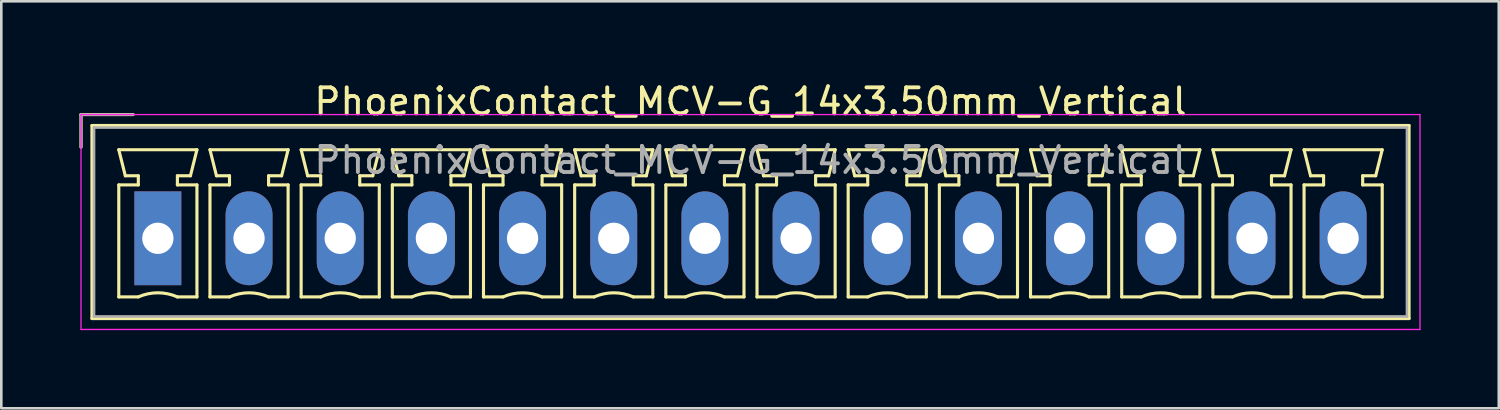
<source format=kicad_pcb>
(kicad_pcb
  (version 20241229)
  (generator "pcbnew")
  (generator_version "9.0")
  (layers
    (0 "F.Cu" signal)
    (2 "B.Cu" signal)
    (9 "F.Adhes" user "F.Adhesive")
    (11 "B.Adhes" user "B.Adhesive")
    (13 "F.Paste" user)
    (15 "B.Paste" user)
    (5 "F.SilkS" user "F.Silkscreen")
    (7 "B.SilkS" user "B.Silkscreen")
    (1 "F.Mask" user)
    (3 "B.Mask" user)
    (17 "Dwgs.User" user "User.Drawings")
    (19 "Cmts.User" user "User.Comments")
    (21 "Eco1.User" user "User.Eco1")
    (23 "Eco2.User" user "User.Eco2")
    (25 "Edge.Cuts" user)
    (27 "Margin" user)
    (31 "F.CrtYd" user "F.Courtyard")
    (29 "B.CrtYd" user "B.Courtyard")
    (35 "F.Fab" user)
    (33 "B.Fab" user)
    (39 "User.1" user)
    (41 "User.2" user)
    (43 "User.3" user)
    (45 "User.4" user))
  (footprint "PhoenixContact_MCV-G_14x3.50mm_Vertical"
    (layer "F.Cu")
    (at 3.01 6.098)
    (property "Reference" "PhoenixContact_MCV-G_14x3.50mm_Vertical" (at 22.75 -5.25 0) (layer "F.SilkS") (effects (font (size 1 1) (thickness 0.15))))
    (attr through_hole)
    (fp_line (start -2.95 -4.75) (end -0.95 -4.75) (stroke (width 0.12) (type solid)) (layer "F.SilkS"))
    (fp_line (start -2.95 -3.5) (end -2.95 -4.75) (stroke (width 0.12) (type solid)) (layer "F.SilkS"))
    (fp_line (start -2.53 -4.33) (end -2.53 3.08) (stroke (width 0.12) (type solid)) (layer "F.SilkS"))
    (fp_line (start -2.53 3.08) (end 48.03 3.08) (stroke (width 0.12) (type solid)) (layer "F.SilkS"))
    (fp_line (start -1.5 -3.4) (end 1.5 -3.4) (stroke (width 0.12) (type solid)) (layer "F.SilkS"))
    (fp_line (start -1.5 -2.05) (end -0.75 -2.05) (stroke (width 0.12) (type solid)) (layer "F.SilkS"))
    (fp_line (start -1.5 2.25) (end -1.5 -2.05) (stroke (width 0.12) (type solid)) (layer "F.SilkS"))
    (fp_line (start -1.25 -2.4) (end -1.5 -3.4) (stroke (width 0.12) (type solid)) (layer "F.SilkS"))
    (fp_line (start -0.75 -2.4) (end -1.25 -2.4) (stroke (width 0.12) (type solid)) (layer "F.SilkS"))
    (fp_line (start -0.75 -2.05) (end -0.75 -2.4) (stroke (width 0.12) (type solid)) (layer "F.SilkS"))
    (fp_line (start -0.75 2.25) (end -1.5 2.25) (stroke (width 0.12) (type solid)) (layer "F.SilkS"))
    (fp_line (start 0.75 -2.4) (end 0.75 -2.05) (stroke (width 0.12) (type solid)) (layer "F.SilkS"))
    (fp_line (start 0.75 -2.05) (end 1.5 -2.05) (stroke (width 0.12) (type solid)) (layer "F.SilkS"))
    (fp_line (start 1.25 -2.4) (end 0.75 -2.4) (stroke (width 0.12) (type solid)) (layer "F.SilkS"))
    (fp_line (start 1.5 -3.4) (end 1.25 -2.4) (stroke (width 0.12) (type solid)) (layer "F.SilkS"))
    (fp_line (start 1.5 -2.05) (end 1.5 2.25) (stroke (width 0.12) (type solid)) (layer "F.SilkS"))
    (fp_line (start 1.5 2.25) (end 0.75 2.25) (stroke (width 0.12) (type solid)) (layer "F.SilkS"))
    (fp_line (start 2 -3.4) (end 5 -3.4) (stroke (width 0.12) (type solid)) (layer "F.SilkS"))
    (fp_line (start 2 -2.05) (end 2.75 -2.05) (stroke (width 0.12) (type solid)) (layer "F.SilkS"))
    (fp_line (start 2 2.25) (end 2 -2.05) (stroke (width 0.12) (type solid)) (layer "F.SilkS"))
    (fp_line (start 2.25 -2.4) (end 2 -3.4) (stroke (width 0.12) (type solid)) (layer "F.SilkS"))
    (fp_line (start 2.75 -2.4) (end 2.25 -2.4) (stroke (width 0.12) (type solid)) (layer "F.SilkS"))
    (fp_line (start 2.75 -2.05) (end 2.75 -2.4) (stroke (width 0.12) (type solid)) (layer "F.SilkS"))
    (fp_line (start 2.75 2.25) (end 2 2.25) (stroke (width 0.12) (type solid)) (layer "F.SilkS"))
    (fp_line (start 4.25 -2.4) (end 4.25 -2.05) (stroke (width 0.12) (type solid)) (layer "F.SilkS"))
    (fp_line (start 4.25 -2.05) (end 5 -2.05) (stroke (width 0.12) (type solid)) (layer "F.SilkS"))
    (fp_line (start 4.75 -2.4) (end 4.25 -2.4) (stroke (width 0.12) (type solid)) (layer "F.SilkS"))
    (fp_line (start 5 -3.4) (end 4.75 -2.4) (stroke (width 0.12) (type solid)) (layer "F.SilkS"))
    (fp_line (start 5 -2.05) (end 5 2.25) (stroke (width 0.12) (type solid)) (layer "F.SilkS"))
    (fp_line (start 5 2.25) (end 4.25 2.25) (stroke (width 0.12) (type solid)) (layer "F.SilkS"))
    (fp_line (start 5.5 -3.4) (end 8.5 -3.4) (stroke (width 0.12) (type solid)) (layer "F.SilkS"))
    (fp_line (start 5.5 -2.05) (end 6.25 -2.05) (stroke (width 0.12) (type solid)) (layer "F.SilkS"))
    (fp_line (start 5.5 2.25) (end 5.5 -2.05) (stroke (width 0.12) (type solid)) (layer "F.SilkS"))
    (fp_line (start 5.75 -2.4) (end 5.5 -3.4) (stroke (width 0.12) (type solid)) (layer "F.SilkS"))
    (fp_line (start 6.25 -2.4) (end 5.75 -2.4) (stroke (width 0.12) (type solid)) (layer "F.SilkS"))
    (fp_line (start 6.25 -2.05) (end 6.25 -2.4) (stroke (width 0.12) (type solid)) (layer "F.SilkS"))
    (fp_line (start 6.25 2.25) (end 5.5 2.25) (stroke (width 0.12) (type solid)) (layer "F.SilkS"))
    (fp_line (start 7.75 -2.4) (end 7.75 -2.05) (stroke (width 0.12) (type solid)) (layer "F.SilkS"))
    (fp_line (start 7.75 -2.05) (end 8.5 -2.05) (stroke (width 0.12) (type solid)) (layer "F.SilkS"))
    (fp_line (start 8.25 -2.4) (end 7.75 -2.4) (stroke (width 0.12) (type solid)) (layer "F.SilkS"))
    (fp_line (start 8.5 -3.4) (end 8.25 -2.4) (stroke (width 0.12) (type solid)) (layer "F.SilkS"))
    (fp_line (start 8.5 -2.05) (end 8.5 2.25) (stroke (width 0.12) (type solid)) (layer "F.SilkS"))
    (fp_line (start 8.5 2.25) (end 7.75 2.25) (stroke (width 0.12) (type solid)) (layer "F.SilkS"))
    (fp_line (start 9 -3.4) (end 12 -3.4) (stroke (width 0.12) (type solid)) (layer "F.SilkS"))
    (fp_line (start 9 -2.05) (end 9.75 -2.05) (stroke (width 0.12) (type solid)) (layer "F.SilkS"))
    (fp_line (start 9 2.25) (end 9 -2.05) (stroke (width 0.12) (type solid)) (layer "F.SilkS"))
    (fp_line (start 9.25 -2.4) (end 9 -3.4) (stroke (width 0.12) (type solid)) (layer "F.SilkS"))
    (fp_line (start 9.75 -2.4) (end 9.25 -2.4) (stroke (width 0.12) (type solid)) (layer "F.SilkS"))
    (fp_line (start 9.75 -2.05) (end 9.75 -2.4) (stroke (width 0.12) (type solid)) (layer "F.SilkS"))
    (fp_line (start 9.75 2.25) (end 9 2.25) (stroke (width 0.12) (type solid)) (layer "F.SilkS"))
    (fp_line (start 11.25 -2.4) (end 11.25 -2.05) (stroke (width 0.12) (type solid)) (layer "F.SilkS"))
    (fp_line (start 11.25 -2.05) (end 12 -2.05) (stroke (width 0.12) (type solid)) (layer "F.SilkS"))
    (fp_line (start 11.75 -2.4) (end 11.25 -2.4) (stroke (width 0.12) (type solid)) (layer "F.SilkS"))
    (fp_line (start 12 -3.4) (end 11.75 -2.4) (stroke (width 0.12) (type solid)) (layer "F.SilkS"))
    (fp_line (start 12 -2.05) (end 12 2.25) (stroke (width 0.12) (type solid)) (layer "F.SilkS"))
    (fp_line (start 12 2.25) (end 11.25 2.25) (stroke (width 0.12) (type solid)) (layer "F.SilkS"))
    (fp_line (start 12.5 -3.4) (end 15.5 -3.4) (stroke (width 0.12) (type solid)) (layer "F.SilkS"))
    (fp_line (start 12.5 -2.05) (end 13.25 -2.05) (stroke (width 0.12) (type solid)) (layer "F.SilkS"))
    (fp_line (start 12.5 2.25) (end 12.5 -2.05) (stroke (width 0.12) (type solid)) (layer "F.SilkS"))
    (fp_line (start 12.75 -2.4) (end 12.5 -3.4) (stroke (width 0.12) (type solid)) (layer "F.SilkS"))
    (fp_line (start 13.25 -2.4) (end 12.75 -2.4) (stroke (width 0.12) (type solid)) (layer "F.SilkS"))
    (fp_line (start 13.25 -2.05) (end 13.25 -2.4) (stroke (width 0.12) (type solid)) (layer "F.SilkS"))
    (fp_line (start 13.25 2.25) (end 12.5 2.25) (stroke (width 0.12) (type solid)) (layer "F.SilkS"))
    (fp_line (start 14.75 -2.4) (end 14.75 -2.05) (stroke (width 0.12) (type solid)) (layer "F.SilkS"))
    (fp_line (start 14.75 -2.05) (end 15.5 -2.05) (stroke (width 0.12) (type solid)) (layer "F.SilkS"))
    (fp_line (start 15.25 -2.4) (end 14.75 -2.4) (stroke (width 0.12) (type solid)) (layer "F.SilkS"))
    (fp_line (start 15.5 -3.4) (end 15.25 -2.4) (stroke (width 0.12) (type solid)) (layer "F.SilkS"))
    (fp_line (start 15.5 -2.05) (end 15.5 2.25) (stroke (width 0.12) (type solid)) (layer "F.SilkS"))
    (fp_line (start 15.5 2.25) (end 14.75 2.25) (stroke (width 0.12) (type solid)) (layer "F.SilkS"))
    (fp_line (start 16 -3.4) (end 19 -3.4) (stroke (width 0.12) (type solid)) (layer "F.SilkS"))
    (fp_line (start 16 -2.05) (end 16.75 -2.05) (stroke (width 0.12) (type solid)) (layer "F.SilkS"))
    (fp_line (start 16 2.25) (end 16 -2.05) (stroke (width 0.12) (type solid)) (layer "F.SilkS"))
    (fp_line (start 16.25 -2.4) (end 16 -3.4) (stroke (width 0.12) (type solid)) (layer "F.SilkS"))
    (fp_line (start 16.75 -2.4) (end 16.25 -2.4) (stroke (width 0.12) (type solid)) (layer "F.SilkS"))
    (fp_line (start 16.75 -2.05) (end 16.75 -2.4) (stroke (width 0.12) (type solid)) (layer "F.SilkS"))
    (fp_line (start 16.75 2.25) (end 16 2.25) (stroke (width 0.12) (type solid)) (layer "F.SilkS"))
    (fp_line (start 18.25 -2.4) (end 18.25 -2.05) (stroke (width 0.12) (type solid)) (layer "F.SilkS"))
    (fp_line (start 18.25 -2.05) (end 19 -2.05) (stroke (width 0.12) (type solid)) (layer "F.SilkS"))
    (fp_line (start 18.75 -2.4) (end 18.25 -2.4) (stroke (width 0.12) (type solid)) (layer "F.SilkS"))
    (fp_line (start 19 -3.4) (end 18.75 -2.4) (stroke (width 0.12) (type solid)) (layer "F.SilkS"))
    (fp_line (start 19 -2.05) (end 19 2.25) (stroke (width 0.12) (type solid)) (layer "F.SilkS"))
    (fp_line (start 19 2.25) (end 18.25 2.25) (stroke (width 0.12) (type solid)) (layer "F.SilkS"))
    (fp_line (start 19.5 -3.4) (end 22.5 -3.4) (stroke (width 0.12) (type solid)) (layer "F.SilkS"))
    (fp_line (start 19.5 -2.05) (end 20.25 -2.05) (stroke (width 0.12) (type solid)) (layer "F.SilkS"))
    (fp_line (start 19.5 2.25) (end 19.5 -2.05) (stroke (width 0.12) (type solid)) (layer "F.SilkS"))
    (fp_line (start 19.75 -2.4) (end 19.5 -3.4) (stroke (width 0.12) (type solid)) (layer "F.SilkS"))
    (fp_line (start 20.25 -2.4) (end 19.75 -2.4) (stroke (width 0.12) (type solid)) (layer "F.SilkS"))
    (fp_line (start 20.25 -2.05) (end 20.25 -2.4) (stroke (width 0.12) (type solid)) (layer "F.SilkS"))
    (fp_line (start 20.25 2.25) (end 19.5 2.25) (stroke (width 0.12) (type solid)) (layer "F.SilkS"))
    (fp_line (start 21.75 -2.4) (end 21.75 -2.05) (stroke (width 0.12) (type solid)) (layer "F.SilkS"))
    (fp_line (start 21.75 -2.05) (end 22.5 -2.05) (stroke (width 0.12) (type solid)) (layer "F.SilkS"))
    (fp_line (start 22.25 -2.4) (end 21.75 -2.4) (stroke (width 0.12) (type solid)) (layer "F.SilkS"))
    (fp_line (start 22.5 -3.4) (end 22.25 -2.4) (stroke (width 0.12) (type solid)) (layer "F.SilkS"))
    (fp_line (start 22.5 -2.05) (end 22.5 2.25) (stroke (width 0.12) (type solid)) (layer "F.SilkS"))
    (fp_line (start 22.5 2.25) (end 21.75 2.25) (stroke (width 0.12) (type solid)) (layer "F.SilkS"))
    (fp_line (start 23 -3.4) (end 26 -3.4) (stroke (width 0.12) (type solid)) (layer "F.SilkS"))
    (fp_line (start 23 -2.05) (end 23.75 -2.05) (stroke (width 0.12) (type solid)) (layer "F.SilkS"))
    (fp_line (start 23 2.25) (end 23 -2.05) (stroke (width 0.12) (type solid)) (layer "F.SilkS"))
    (fp_line (start 23.25 -2.4) (end 23 -3.4) (stroke (width 0.12) (type solid)) (layer "F.SilkS"))
    (fp_line (start 23.75 -2.4) (end 23.25 -2.4) (stroke (width 0.12) (type solid)) (layer "F.SilkS"))
    (fp_line (start 23.75 -2.05) (end 23.75 -2.4) (stroke (width 0.12) (type solid)) (layer "F.SilkS"))
    (fp_line (start 23.75 2.25) (end 23 2.25) (stroke (width 0.12) (type solid)) (layer "F.SilkS"))
    (fp_line (start 25.25 -2.4) (end 25.25 -2.05) (stroke (width 0.12) (type solid)) (layer "F.SilkS"))
    (fp_line (start 25.25 -2.05) (end 26 -2.05) (stroke (width 0.12) (type solid)) (layer "F.SilkS"))
    (fp_line (start 25.75 -2.4) (end 25.25 -2.4) (stroke (width 0.12) (type solid)) (layer "F.SilkS"))
    (fp_line (start 26 -3.4) (end 25.75 -2.4) (stroke (width 0.12) (type solid)) (layer "F.SilkS"))
    (fp_line (start 26 -2.05) (end 26 2.25) (stroke (width 0.12) (type solid)) (layer "F.SilkS"))
    (fp_line (start 26 2.25) (end 25.25 2.25) (stroke (width 0.12) (type solid)) (layer "F.SilkS"))
    (fp_line (start 26.5 -3.4) (end 29.5 -3.4) (stroke (width 0.12) (type solid)) (layer "F.SilkS"))
    (fp_line (start 26.5 -2.05) (end 27.25 -2.05) (stroke (width 0.12) (type solid)) (layer "F.SilkS"))
    (fp_line (start 26.5 2.25) (end 26.5 -2.05) (stroke (width 0.12) (type solid)) (layer "F.SilkS"))
    (fp_line (start 26.75 -2.4) (end 26.5 -3.4) (stroke (width 0.12) (type solid)) (layer "F.SilkS"))
    (fp_line (start 27.25 -2.4) (end 26.75 -2.4) (stroke (width 0.12) (type solid)) (layer "F.SilkS"))
    (fp_line (start 27.25 -2.05) (end 27.25 -2.4) (stroke (width 0.12) (type solid)) (layer "F.SilkS"))
    (fp_line (start 27.25 2.25) (end 26.5 2.25) (stroke (width 0.12) (type solid)) (layer "F.SilkS"))
    (fp_line (start 28.75 -2.4) (end 28.75 -2.05) (stroke (width 0.12) (type solid)) (layer "F.SilkS"))
    (fp_line (start 28.75 -2.05) (end 29.5 -2.05) (stroke (width 0.12) (type solid)) (layer "F.SilkS"))
    (fp_line (start 29.25 -2.4) (end 28.75 -2.4) (stroke (width 0.12) (type solid)) (layer "F.SilkS"))
    (fp_line (start 29.5 -3.4) (end 29.25 -2.4) (stroke (width 0.12) (type solid)) (layer "F.SilkS"))
    (fp_line (start 29.5 -2.05) (end 29.5 2.25) (stroke (width 0.12) (type solid)) (layer "F.SilkS"))
    (fp_line (start 29.5 2.25) (end 28.75 2.25) (stroke (width 0.12) (type solid)) (layer "F.SilkS"))
    (fp_line (start 30 -3.4) (end 33 -3.4) (stroke (width 0.12) (type solid)) (layer "F.SilkS"))
    (fp_line (start 30 -2.05) (end 30.75 -2.05) (stroke (width 0.12) (type solid)) (layer "F.SilkS"))
    (fp_line (start 30 2.25) (end 30 -2.05) (stroke (width 0.12) (type solid)) (layer "F.SilkS"))
    (fp_line (start 30.25 -2.4) (end 30 -3.4) (stroke (width 0.12) (type solid)) (layer "F.SilkS"))
    (fp_line (start 30.75 -2.4) (end 30.25 -2.4) (stroke (width 0.12) (type solid)) (layer "F.SilkS"))
    (fp_line (start 30.75 -2.05) (end 30.75 -2.4) (stroke (width 0.12) (type solid)) (layer "F.SilkS"))
    (fp_line (start 30.75 2.25) (end 30 2.25) (stroke (width 0.12) (type solid)) (layer "F.SilkS"))
    (fp_line (start 32.25 -2.4) (end 32.25 -2.05) (stroke (width 0.12) (type solid)) (layer "F.SilkS"))
    (fp_line (start 32.25 -2.05) (end 33 -2.05) (stroke (width 0.12) (type solid)) (layer "F.SilkS"))
    (fp_line (start 32.75 -2.4) (end 32.25 -2.4) (stroke (width 0.12) (type solid)) (layer "F.SilkS"))
    (fp_line (start 33 -3.4) (end 32.75 -2.4) (stroke (width 0.12) (type solid)) (layer "F.SilkS"))
    (fp_line (start 33 -2.05) (end 33 2.25) (stroke (width 0.12) (type solid)) (layer "F.SilkS"))
    (fp_line (start 33 2.25) (end 32.25 2.25) (stroke (width 0.12) (type solid)) (layer "F.SilkS"))
    (fp_line (start 33.5 -3.4) (end 36.5 -3.4) (stroke (width 0.12) (type solid)) (layer "F.SilkS"))
    (fp_line (start 33.5 -2.05) (end 34.25 -2.05) (stroke (width 0.12) (type solid)) (layer "F.SilkS"))
    (fp_line (start 33.5 2.25) (end 33.5 -2.05) (stroke (width 0.12) (type solid)) (layer "F.SilkS"))
    (fp_line (start 33.75 -2.4) (end 33.5 -3.4) (stroke (width 0.12) (type solid)) (layer "F.SilkS"))
    (fp_line (start 34.25 -2.4) (end 33.75 -2.4) (stroke (width 0.12) (type solid)) (layer "F.SilkS"))
    (fp_line (start 34.25 -2.05) (end 34.25 -2.4) (stroke (width 0.12) (type solid)) (layer "F.SilkS"))
    (fp_line (start 34.25 2.25) (end 33.5 2.25) (stroke (width 0.12) (type solid)) (layer "F.SilkS"))
    (fp_line (start 35.75 -2.4) (end 35.75 -2.05) (stroke (width 0.12) (type solid)) (layer "F.SilkS"))
    (fp_line (start 35.75 -2.05) (end 36.5 -2.05) (stroke (width 0.12) (type solid)) (layer "F.SilkS"))
    (fp_line (start 36.25 -2.4) (end 35.75 -2.4) (stroke (width 0.12) (type solid)) (layer "F.SilkS"))
    (fp_line (start 36.5 -3.4) (end 36.25 -2.4) (stroke (width 0.12) (type solid)) (layer "F.SilkS"))
    (fp_line (start 36.5 -2.05) (end 36.5 2.25) (stroke (width 0.12) (type solid)) (layer "F.SilkS"))
    (fp_line (start 36.5 2.25) (end 35.75 2.25) (stroke (width 0.12) (type solid)) (layer "F.SilkS"))
    (fp_line (start 37 -3.4) (end 40 -3.4) (stroke (width 0.12) (type solid)) (layer "F.SilkS"))
    (fp_line (start 37 -2.05) (end 37.75 -2.05) (stroke (width 0.12) (type solid)) (layer "F.SilkS"))
    (fp_line (start 37 2.25) (end 37 -2.05) (stroke (width 0.12) (type solid)) (layer "F.SilkS"))
    (fp_line (start 37.25 -2.4) (end 37 -3.4) (stroke (width 0.12) (type solid)) (layer "F.SilkS"))
    (fp_line (start 37.75 -2.4) (end 37.25 -2.4) (stroke (width 0.12) (type solid)) (layer "F.SilkS"))
    (fp_line (start 37.75 -2.05) (end 37.75 -2.4) (stroke (width 0.12) (type solid)) (layer "F.SilkS"))
    (fp_line (start 37.75 2.25) (end 37 2.25) (stroke (width 0.12) (type solid)) (layer "F.SilkS"))
    (fp_line (start 39.25 -2.4) (end 39.25 -2.05) (stroke (width 0.12) (type solid)) (layer "F.SilkS"))
    (fp_line (start 39.25 -2.05) (end 40 -2.05) (stroke (width 0.12) (type solid)) (layer "F.SilkS"))
    (fp_line (start 39.75 -2.4) (end 39.25 -2.4) (stroke (width 0.12) (type solid)) (layer "F.SilkS"))
    (fp_line (start 40 -3.4) (end 39.75 -2.4) (stroke (width 0.12) (type solid)) (layer "F.SilkS"))
    (fp_line (start 40 -2.05) (end 40 2.25) (stroke (width 0.12) (type solid)) (layer "F.SilkS"))
    (fp_line (start 40 2.25) (end 39.25 2.25) (stroke (width 0.12) (type solid)) (layer "F.SilkS"))
    (fp_line (start 40.5 -3.4) (end 43.5 -3.4) (stroke (width 0.12) (type solid)) (layer "F.SilkS"))
    (fp_line (start 40.5 -2.05) (end 41.25 -2.05) (stroke (width 0.12) (type solid)) (layer "F.SilkS"))
    (fp_line (start 40.5 2.25) (end 40.5 -2.05) (stroke (width 0.12) (type solid)) (layer "F.SilkS"))
    (fp_line (start 40.75 -2.4) (end 40.5 -3.4) (stroke (width 0.12) (type solid)) (layer "F.SilkS"))
    (fp_line (start 41.25 -2.4) (end 40.75 -2.4) (stroke (width 0.12) (type solid)) (layer "F.SilkS"))
    (fp_line (start 41.25 -2.05) (end 41.25 -2.4) (stroke (width 0.12) (type solid)) (layer "F.SilkS"))
    (fp_line (start 41.25 2.25) (end 40.5 2.25) (stroke (width 0.12) (type solid)) (layer "F.SilkS"))
    (fp_line (start 42.75 -2.4) (end 42.75 -2.05) (stroke (width 0.12) (type solid)) (layer "F.SilkS"))
    (fp_line (start 42.75 -2.05) (end 43.5 -2.05) (stroke (width 0.12) (type solid)) (layer "F.SilkS"))
    (fp_line (start 43.25 -2.4) (end 42.75 -2.4) (stroke (width 0.12) (type solid)) (layer "F.SilkS"))
    (fp_line (start 43.5 -3.4) (end 43.25 -2.4) (stroke (width 0.12) (type solid)) (layer "F.SilkS"))
    (fp_line (start 43.5 -2.05) (end 43.5 2.25) (stroke (width 0.12) (type solid)) (layer "F.SilkS"))
    (fp_line (start 43.5 2.25) (end 42.75 2.25) (stroke (width 0.12) (type solid)) (layer "F.SilkS"))
    (fp_line (start 44 -3.4) (end 47 -3.4) (stroke (width 0.12) (type solid)) (layer "F.SilkS"))
    (fp_line (start 44 -2.05) (end 44.75 -2.05) (stroke (width 0.12) (type solid)) (layer "F.SilkS"))
    (fp_line (start 44 2.25) (end 44 -2.05) (stroke (width 0.12) (type solid)) (layer "F.SilkS"))
    (fp_line (start 44.25 -2.4) (end 44 -3.4) (stroke (width 0.12) (type solid)) (layer "F.SilkS"))
    (fp_line (start 44.75 -2.4) (end 44.25 -2.4) (stroke (width 0.12) (type solid)) (layer "F.SilkS"))
    (fp_line (start 44.75 -2.05) (end 44.75 -2.4) (stroke (width 0.12) (type solid)) (layer "F.SilkS"))
    (fp_line (start 44.75 2.25) (end 44 2.25) (stroke (width 0.12) (type solid)) (layer "F.SilkS"))
    (fp_line (start 46.25 -2.4) (end 46.25 -2.05) (stroke (width 0.12) (type solid)) (layer "F.SilkS"))
    (fp_line (start 46.25 -2.05) (end 47 -2.05) (stroke (width 0.12) (type solid)) (layer "F.SilkS"))
    (fp_line (start 46.75 -2.4) (end 46.25 -2.4) (stroke (width 0.12) (type solid)) (layer "F.SilkS"))
    (fp_line (start 47 -3.4) (end 46.75 -2.4) (stroke (width 0.12) (type solid)) (layer "F.SilkS"))
    (fp_line (start 47 -2.05) (end 47 2.25) (stroke (width 0.12) (type solid)) (layer "F.SilkS"))
    (fp_line (start 47 2.25) (end 46.25 2.25) (stroke (width 0.12) (type solid)) (layer "F.SilkS"))
    (fp_line (start 48.03 -4.33) (end -2.53 -4.33) (stroke (width 0.12) (type solid)) (layer "F.SilkS"))
    (fp_line (start 48.03 3.08) (end 48.03 -4.33) (stroke (width 0.12) (type solid)) (layer "F.SilkS"))
    (fp_arc (start -0.75 2.25) (mid -0.000193 2.09191) (end 0.749647 2.249844) (stroke (width 0.12) (type solid)) (layer "F.SilkS"))
    (fp_arc (start 2.75 2.25) (mid 3.499807 2.09191) (end 4.249647 2.249844) (stroke (width 0.12) (type solid)) (layer "F.SilkS"))
    (fp_arc (start 6.25 2.25) (mid 6.999807 2.09191) (end 7.749647 2.249844) (stroke (width 0.12) (type solid)) (layer "F.SilkS"))
    (fp_arc (start 9.75 2.25) (mid 10.499807 2.09191) (end 11.249647 2.249844) (stroke (width 0.12) (type solid)) (layer "F.SilkS"))
    (fp_arc (start 13.25 2.25) (mid 13.999807 2.09191) (end 14.749647 2.249844) (stroke (width 0.12) (type solid)) (layer "F.SilkS"))
    (fp_arc (start 16.75 2.25) (mid 17.499807 2.09191) (end 18.249647 2.249844) (stroke (width 0.12) (type solid)) (layer "F.SilkS"))
    (fp_arc (start 20.25 2.25) (mid 20.999807 2.09191) (end 21.749647 2.249844) (stroke (width 0.12) (type solid)) (layer "F.SilkS"))
    (fp_arc (start 23.75 2.25) (mid 24.499807 2.09191) (end 25.249647 2.249844) (stroke (width 0.12) (type solid)) (layer "F.SilkS"))
    (fp_arc (start 27.25 2.25) (mid 27.999807 2.09191) (end 28.749647 2.249844) (stroke (width 0.12) (type solid)) (layer "F.SilkS"))
    (fp_arc (start 30.75 2.25) (mid 31.499807 2.09191) (end 32.249647 2.249844) (stroke (width 0.12) (type solid)) (layer "F.SilkS"))
    (fp_arc (start 34.25 2.25) (mid 34.999807 2.09191) (end 35.749647 2.249844) (stroke (width 0.12) (type solid)) (layer "F.SilkS"))
    (fp_arc (start 37.75 2.25) (mid 38.499807 2.09191) (end 39.249647 2.249844) (stroke (width 0.12) (type solid)) (layer "F.SilkS"))
    (fp_arc (start 41.25 2.25) (mid 41.999807 2.09191) (end 42.749647 2.249844) (stroke (width 0.12) (type solid)) (layer "F.SilkS"))
    (fp_arc (start 44.75 2.25) (mid 45.499807 2.09191) (end 46.249647 2.249844) (stroke (width 0.12) (type solid)) (layer "F.SilkS"))
    (fp_line (start -2.95 -4.75) (end -2.95 3.5) (stroke (width 0.05) (type solid)) (layer "F.CrtYd"))
    (fp_line (start -2.95 3.5) (end 48.45 3.5) (stroke (width 0.05) (type solid)) (layer "F.CrtYd"))
    (fp_line (start 48.45 -4.75) (end -2.95 -4.75) (stroke (width 0.05) (type solid)) (layer "F.CrtYd"))
    (fp_line (start 48.45 3.5) (end 48.45 -4.75) (stroke (width 0.05) (type solid)) (layer "F.CrtYd"))
    (fp_line (start -2.95 -4.75) (end -0.95 -4.75) (stroke (width 0.1) (type solid)) (layer "F.Fab"))
    (fp_line (start -2.95 -3.5) (end -2.95 -4.75) (stroke (width 0.1) (type solid)) (layer "F.Fab"))
    (fp_line (start -2.45 -4.25) (end -2.45 3) (stroke (width 0.1) (type solid)) (layer "F.Fab"))
    (fp_line (start -2.45 3) (end 47.95 3) (stroke (width 0.1) (type solid)) (layer "F.Fab"))
    (fp_line (start 47.95 -4.25) (end -2.45 -4.25) (stroke (width 0.1) (type solid)) (layer "F.Fab"))
    (fp_line (start 47.95 3) (end 47.95 -4.25) (stroke (width 0.1) (type solid)) (layer "F.Fab"))
    (fp_text user "${REFERENCE}" (at 22.75 -3 0) (layer "F.Fab") (effects (font (size 1 1) (thickness 0.15))))
    (pad "1" thru_hole rect (at 0 0) (size 1.8 3.6) (drill 1.2) (layers "*.Cu" "*.Mask"))
    (pad "2" thru_hole oval (at 3.5 0) (size 1.8 3.6) (drill 1.2) (layers "*.Cu" "*.Mask"))
    (pad "3" thru_hole oval (at 7 0) (size 1.8 3.6) (drill 1.2) (layers "*.Cu" "*.Mask"))
    (pad "4" thru_hole oval (at 10.5 0) (size 1.8 3.6) (drill 1.2) (layers "*.Cu" "*.Mask"))
    (pad "5" thru_hole oval (at 14 0) (size 1.8 3.6) (drill 1.2) (layers "*.Cu" "*.Mask"))
    (pad "6" thru_hole oval (at 17.5 0) (size 1.8 3.6) (drill 1.2) (layers "*.Cu" "*.Mask"))
    (pad "7" thru_hole oval (at 21 0) (size 1.8 3.6) (drill 1.2) (layers "*.Cu" "*.Mask"))
    (pad "8" thru_hole oval (at 24.5 0) (size 1.8 3.6) (drill 1.2) (layers "*.Cu" "*.Mask"))
    (pad "9" thru_hole oval (at 28 0) (size 1.8 3.6) (drill 1.2) (layers "*.Cu" "*.Mask"))
    (pad "10" thru_hole oval (at 31.5 0) (size 1.8 3.6) (drill 1.2) (layers "*.Cu" "*.Mask"))
    (pad "11" thru_hole oval (at 35 0) (size 1.8 3.6) (drill 1.2) (layers "*.Cu" "*.Mask"))
    (pad "12" thru_hole oval (at 38.5 0) (size 1.8 3.6) (drill 1.2) (layers "*.Cu" "*.Mask"))
    (pad "13" thru_hole oval (at 42 0) (size 1.8 3.6) (drill 1.2) (layers "*.Cu" "*.Mask"))
    (pad "14" thru_hole oval (at 45.5 0) (size 1.8 3.6) (drill 1.2) (layers "*.Cu" "*.Mask")))
  (gr_rect
    (start -3 -3)
    (end 54.485 12.623)
    (stroke (width 0.1) (type default))
    (fill no)
    (layer "Edge.Cuts")))
</source>
